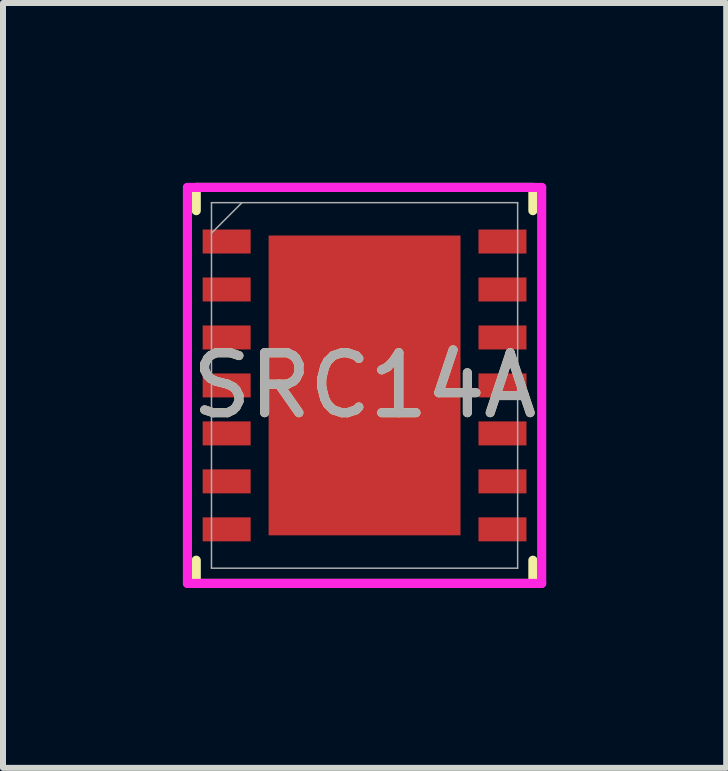
<source format=kicad_pcb>
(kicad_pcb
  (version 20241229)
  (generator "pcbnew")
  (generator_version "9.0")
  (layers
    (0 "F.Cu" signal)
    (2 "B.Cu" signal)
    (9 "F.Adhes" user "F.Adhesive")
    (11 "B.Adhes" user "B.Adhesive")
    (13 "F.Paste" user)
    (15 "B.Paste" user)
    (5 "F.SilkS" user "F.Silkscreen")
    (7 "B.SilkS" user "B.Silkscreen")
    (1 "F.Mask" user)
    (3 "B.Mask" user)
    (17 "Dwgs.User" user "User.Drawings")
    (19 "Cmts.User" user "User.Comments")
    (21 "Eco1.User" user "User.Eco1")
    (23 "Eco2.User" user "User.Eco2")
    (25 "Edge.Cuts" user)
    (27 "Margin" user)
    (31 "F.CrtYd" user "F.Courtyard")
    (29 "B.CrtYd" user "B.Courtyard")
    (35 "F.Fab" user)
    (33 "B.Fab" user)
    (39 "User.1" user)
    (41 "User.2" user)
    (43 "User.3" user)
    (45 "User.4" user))
  (footprint "SRC14A"
    (layer "F.Cu")
    (at 3.03 3.378)
    (property "Reference" "SRC14A" (at 0 0 0) (unlocked yes) (layer "F.SilkS") (effects (font (size 1 1) (thickness 0.15))))
    (attr smd)
    (fp_line (start -2.807 -3.302) (end -2.807 -2.915) (stroke (width 0.152) (type solid)) (layer "F.SilkS"))
    (fp_line (start -2.807 2.915) (end -2.807 3.302) (stroke (width 0.152) (type solid)) (layer "F.SilkS"))
    (fp_line (start -2.807 3.302) (end 2.807 3.302) (stroke (width 0.152) (type solid)) (layer "F.SilkS"))
    (fp_line (start 2.807 -3.302) (end -2.807 -3.302) (stroke (width 0.152) (type solid)) (layer "F.SilkS"))
    (fp_line (start 2.807 -2.915) (end 2.807 -3.302) (stroke (width 0.152) (type solid)) (layer "F.SilkS"))
    (fp_line (start 2.807 3.302) (end 2.807 2.915) (stroke (width 0.152) (type solid)) (layer "F.SilkS"))
    (fp_poly (pts (xy -2.903 -2.6) (xy -2.903 -2.2) (xy -2.103 -2.2) (xy -2.103 -2.6)) (stroke (width 0) (type solid)) (fill yes) (layer "F.Paste"))
    (fp_poly (pts (xy -2.903 -1.8) (xy -2.903 -1.4) (xy -2.103 -1.4) (xy -2.103 -1.8)) (stroke (width 0) (type solid)) (fill yes) (layer "F.Paste"))
    (fp_poly (pts (xy -2.903 -1) (xy -2.903 -0.6) (xy -2.103 -0.6) (xy -2.103 -1)) (stroke (width 0) (type solid)) (fill yes) (layer "F.Paste"))
    (fp_poly (pts (xy -2.903 -0.2) (xy -2.903 0.2) (xy -2.103 0.2) (xy -2.103 -0.2)) (stroke (width 0) (type solid)) (fill yes) (layer "F.Paste"))
    (fp_poly (pts (xy -2.903 0.6) (xy -2.903 1) (xy -2.103 1) (xy -2.103 0.6)) (stroke (width 0) (type solid)) (fill yes) (layer "F.Paste"))
    (fp_poly (pts (xy -2.903 1.4) (xy -2.903 1.8) (xy -2.103 1.8) (xy -2.103 1.4)) (stroke (width 0) (type solid)) (fill yes) (layer "F.Paste"))
    (fp_poly (pts (xy -2.903 2.2) (xy -2.903 2.6) (xy -2.103 2.6) (xy -2.103 2.2)) (stroke (width 0) (type solid)) (fill yes) (layer "F.Paste"))
    (fp_poly (pts (xy -1.5 -2.4) (xy -1.5 -0.1) (xy -0.1 -0.1) (xy -0.1 -2.4)) (stroke (width 0) (type solid)) (fill yes) (layer "F.Paste"))
    (fp_poly (pts (xy -1.5 0.1) (xy -1.5 2.4) (xy -0.1 2.4) (xy -0.1 0.1)) (stroke (width 0) (type solid)) (fill yes) (layer "F.Paste"))
    (fp_poly (pts (xy 0.1 -2.4) (xy 0.1 -0.1) (xy 1.5 -0.1) (xy 1.5 -2.4)) (stroke (width 0) (type solid)) (fill yes) (layer "F.Paste"))
    (fp_poly (pts (xy 0.1 0.1) (xy 0.1 2.4) (xy 1.5 2.4) (xy 1.5 0.1)) (stroke (width 0) (type solid)) (fill yes) (layer "F.Paste"))
    (fp_poly (pts (xy 2.103 -2.6) (xy 2.103 -2.2) (xy 2.903 -2.2) (xy 2.903 -2.6)) (stroke (width 0) (type solid)) (fill yes) (layer "F.Paste"))
    (fp_poly (pts (xy 2.103 -1.8) (xy 2.103 -1.4) (xy 2.903 -1.4) (xy 2.903 -1.8)) (stroke (width 0) (type solid)) (fill yes) (layer "F.Paste"))
    (fp_poly (pts (xy 2.103 -1) (xy 2.103 -0.6) (xy 2.903 -0.6) (xy 2.903 -1)) (stroke (width 0) (type solid)) (fill yes) (layer "F.Paste"))
    (fp_poly (pts (xy 2.103 -0.2) (xy 2.103 0.2) (xy 2.903 0.2) (xy 2.903 -0.2)) (stroke (width 0) (type solid)) (fill yes) (layer "F.Paste"))
    (fp_poly (pts (xy 2.103 0.6) (xy 2.103 1) (xy 2.903 1) (xy 2.903 0.6)) (stroke (width 0) (type solid)) (fill yes) (layer "F.Paste"))
    (fp_poly (pts (xy 2.103 1.4) (xy 2.103 1.8) (xy 2.903 1.8) (xy 2.903 1.4)) (stroke (width 0) (type solid)) (fill yes) (layer "F.Paste"))
    (fp_poly (pts (xy 2.103 2.2) (xy 2.103 2.6) (xy 2.903 2.6) (xy 2.903 2.2)) (stroke (width 0) (type solid)) (fill yes) (layer "F.Paste"))
    (fp_line (start -2.954 -3.302) (end 2.954 -3.302) (stroke (width 0.152) (type solid)) (layer "F.CrtYd"))
    (fp_line (start -2.954 3.302) (end -2.954 -3.302) (stroke (width 0.152) (type solid)) (layer "F.CrtYd"))
    (fp_line (start 2.954 -3.302) (end 2.954 3.302) (stroke (width 0.152) (type solid)) (layer "F.CrtYd"))
    (fp_line (start 2.954 3.302) (end -2.954 3.302) (stroke (width 0.152) (type solid)) (layer "F.CrtYd"))
    (fp_line (start -2.553 -3.048) (end -2.553 3.048) (stroke (width 0.025) (type solid)) (layer "F.Fab"))
    (fp_line (start -2.553 3.048) (end 2.553 3.048) (stroke (width 0.025) (type solid)) (layer "F.Fab"))
    (fp_line (start -2.045 -3.048) (end -2.553 -2.54) (stroke (width 0.025) (type solid)) (layer "F.Fab"))
    (fp_line (start 2.553 -3.048) (end -2.553 -3.048) (stroke (width 0.025) (type solid)) (layer "F.Fab"))
    (fp_line (start 2.553 3.048) (end 2.553 -3.048) (stroke (width 0.025) (type solid)) (layer "F.Fab"))
    (fp_text user "${REFERENCE}" (at 0 0 0) (unlocked yes) (layer "F.Fab") (effects (font (size 1 1) (thickness 0.15))))
    (pad "1" smd rect (at -2.3 -2.4) (size 0.8 0.4) (layers "F.Cu" "F.Mask"))
    (pad "2" smd rect (at -2.3 -1.6) (size 0.8 0.4) (layers "F.Cu" "F.Mask"))
    (pad "3" smd rect (at -2.3 -0.8) (size 0.8 0.4) (layers "F.Cu" "F.Mask"))
    (pad "4" smd rect (at -2.3 0) (size 0.8 0.4) (layers "F.Cu" "F.Mask"))
    (pad "5" smd rect (at -2.3 0.8) (size 0.8 0.4) (layers "F.Cu" "F.Mask"))
    (pad "6" smd rect (at -2.3 1.6) (size 0.8 0.4) (layers "F.Cu" "F.Mask"))
    (pad "7" smd rect (at -2.3 2.4) (size 0.8 0.4) (layers "F.Cu" "F.Mask"))
    (pad "8" smd rect (at 2.3 2.4) (size 0.8 0.4) (layers "F.Cu" "F.Mask"))
    (pad "9" smd rect (at 2.3 1.6) (size 0.8 0.4) (layers "F.Cu" "F.Mask"))
    (pad "10" smd rect (at 2.3 0.8) (size 0.8 0.4) (layers "F.Cu" "F.Mask"))
    (pad "11" smd rect (at 2.3 0) (size 0.8 0.4) (layers "F.Cu" "F.Mask"))
    (pad "12" smd rect (at 2.3 -0.8) (size 0.8 0.4) (layers "F.Cu" "F.Mask"))
    (pad "13" smd rect (at 2.3 -1.6) (size 0.8 0.4) (layers "F.Cu" "F.Mask"))
    (pad "14" smd rect (at 2.3 -2.4) (size 0.8 0.4) (layers "F.Cu" "F.Mask"))
    (pad "15" smd rect (at 0 0) (size 3.2 5) (layers "F.Cu" "F.Mask")))
  (gr_rect
    (start -3 -3)
    (end 9.061 9.756)
    (stroke (width 0.1) (type default))
    (fill no)
    (layer "Edge.Cuts")))
</source>
